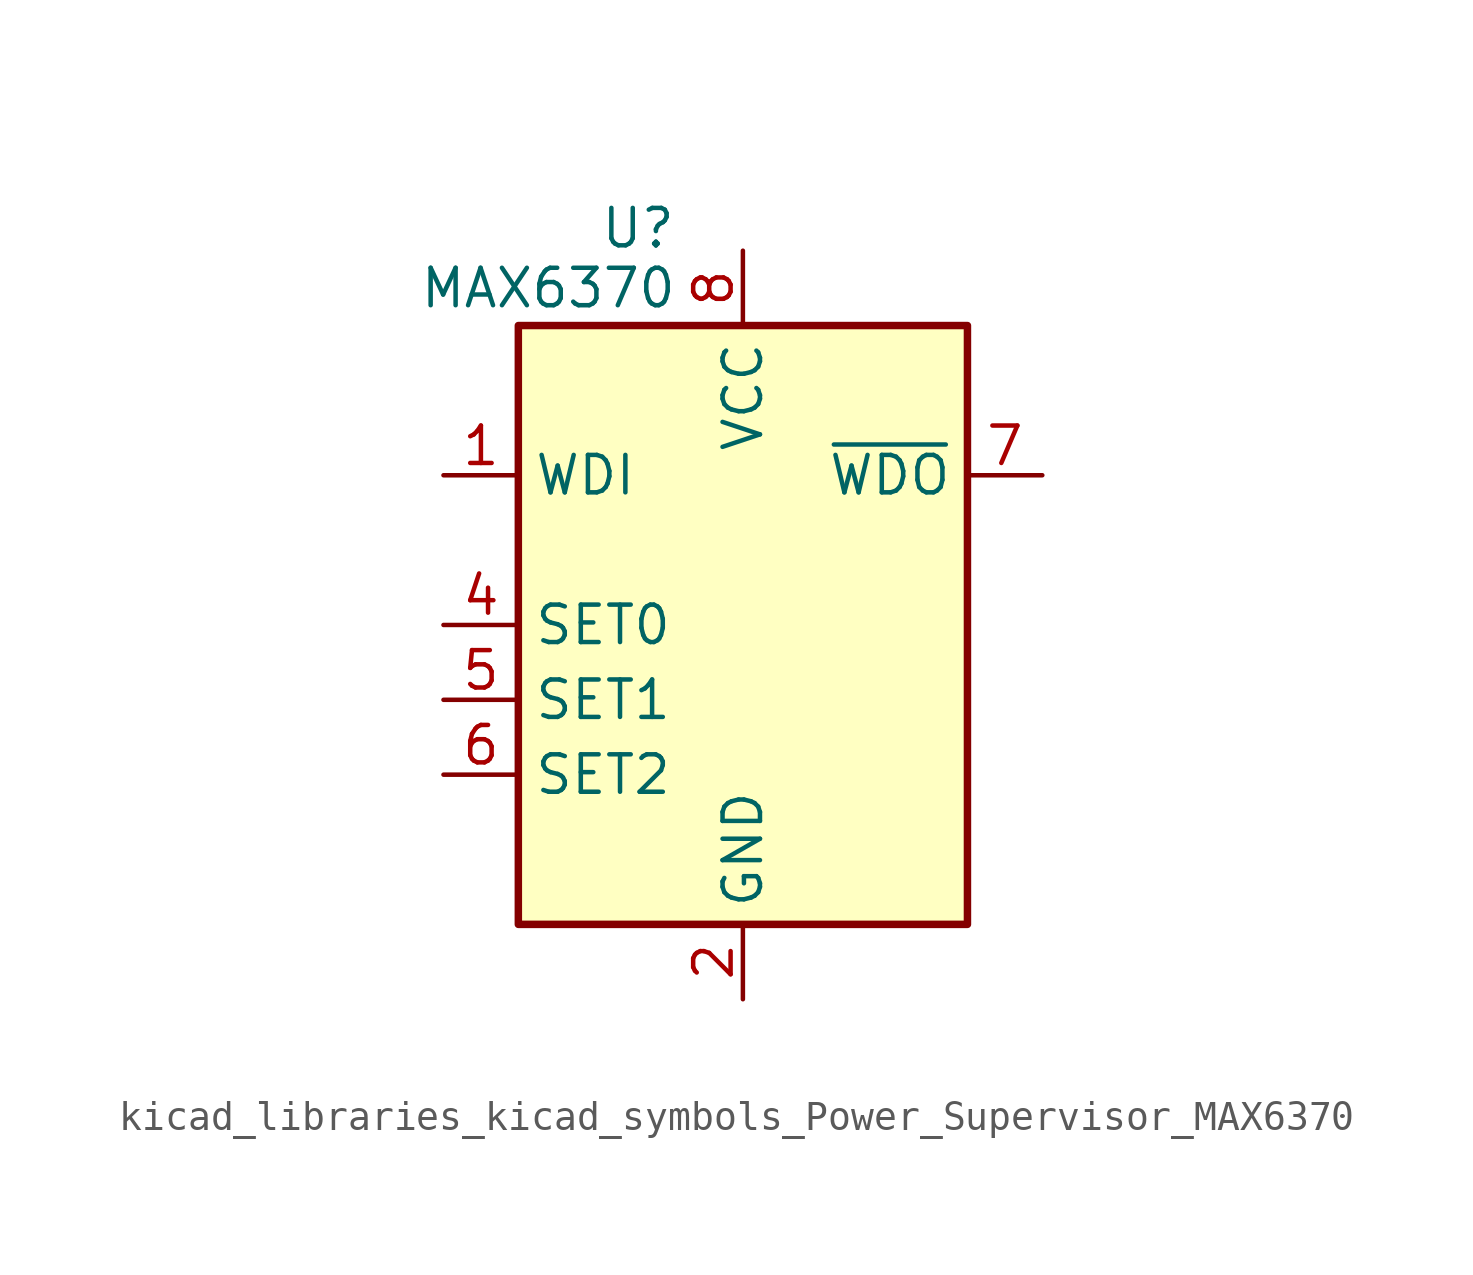
<source format=kicad_sym>
(kicad_symbol_lib
  (version 20220914)
  (generator kicad_symbol_editor)
  (symbol "kicad_libraries_kicad_symbols_Power_Supervisor_MAX6370"
    (property "Reference" "U"
      (at -3.556 13.462 0)
      (effects (font (size 1.27 1.27))))
    (property "Value" "MAX6370"
      (at -6.604 11.43 0)
      (effects (font (size 1.27 1.27))))
    (symbol "kicad_libraries_kicad_symbols_Power_Supervisor_MAX6370_0_1"
      (rectangle (start -7.62 10.16) (end 7.62 -10.16) (stroke (width 0.254) (type default)) (fill (type background))))
    (symbol "kicad_libraries_kicad_symbols_Power_Supervisor_MAX6370_1_1"
      (pin input line (at -10.16 5.08 0) (length 2.54) (name "WDI" (effects (font (size 1.27 1.27)))) (number "1" (effects (font (size 1.27 1.27)))))
      (pin power_in line (at 0 -12.7 90) (length 2.54) (name "GND" (effects (font (size 1.27 1.27)))) (number "2" (effects (font (size 1.27 1.27)))))
      (pin no_connect line (at 7.62 -5.08 180) (length 2.54) hide (name "NC" (effects (font (size 1.27 1.27)))) (number "3" (effects (font (size 1.27 1.27)))))
      (pin input line (at -10.16 0 0) (length 2.54) (name "SET0" (effects (font (size 1.27 1.27)))) (number "4" (effects (font (size 1.27 1.27)))))
      (pin input line (at -10.16 -2.54 0) (length 2.54) (name "SET1" (effects (font (size 1.27 1.27)))) (number "5" (effects (font (size 1.27 1.27)))))
      (pin input line (at -10.16 -5.08 0) (length 2.54) (name "SET2" (effects (font (size 1.27 1.27)))) (number "6" (effects (font (size 1.27 1.27)))))
      (pin output line (at 10.16 5.08 180) (length 2.54) (name "~{WDO}" (effects (font (size 1.27 1.27)))) (number "7" (effects (font (size 1.27 1.27)))))
      (pin power_in line (at 0 12.7 270) (length 2.54) (name "VCC" (effects (font (size 1.27 1.27)))) (number "8" (effects (font (size 1.27 1.27))))))))
</source>
